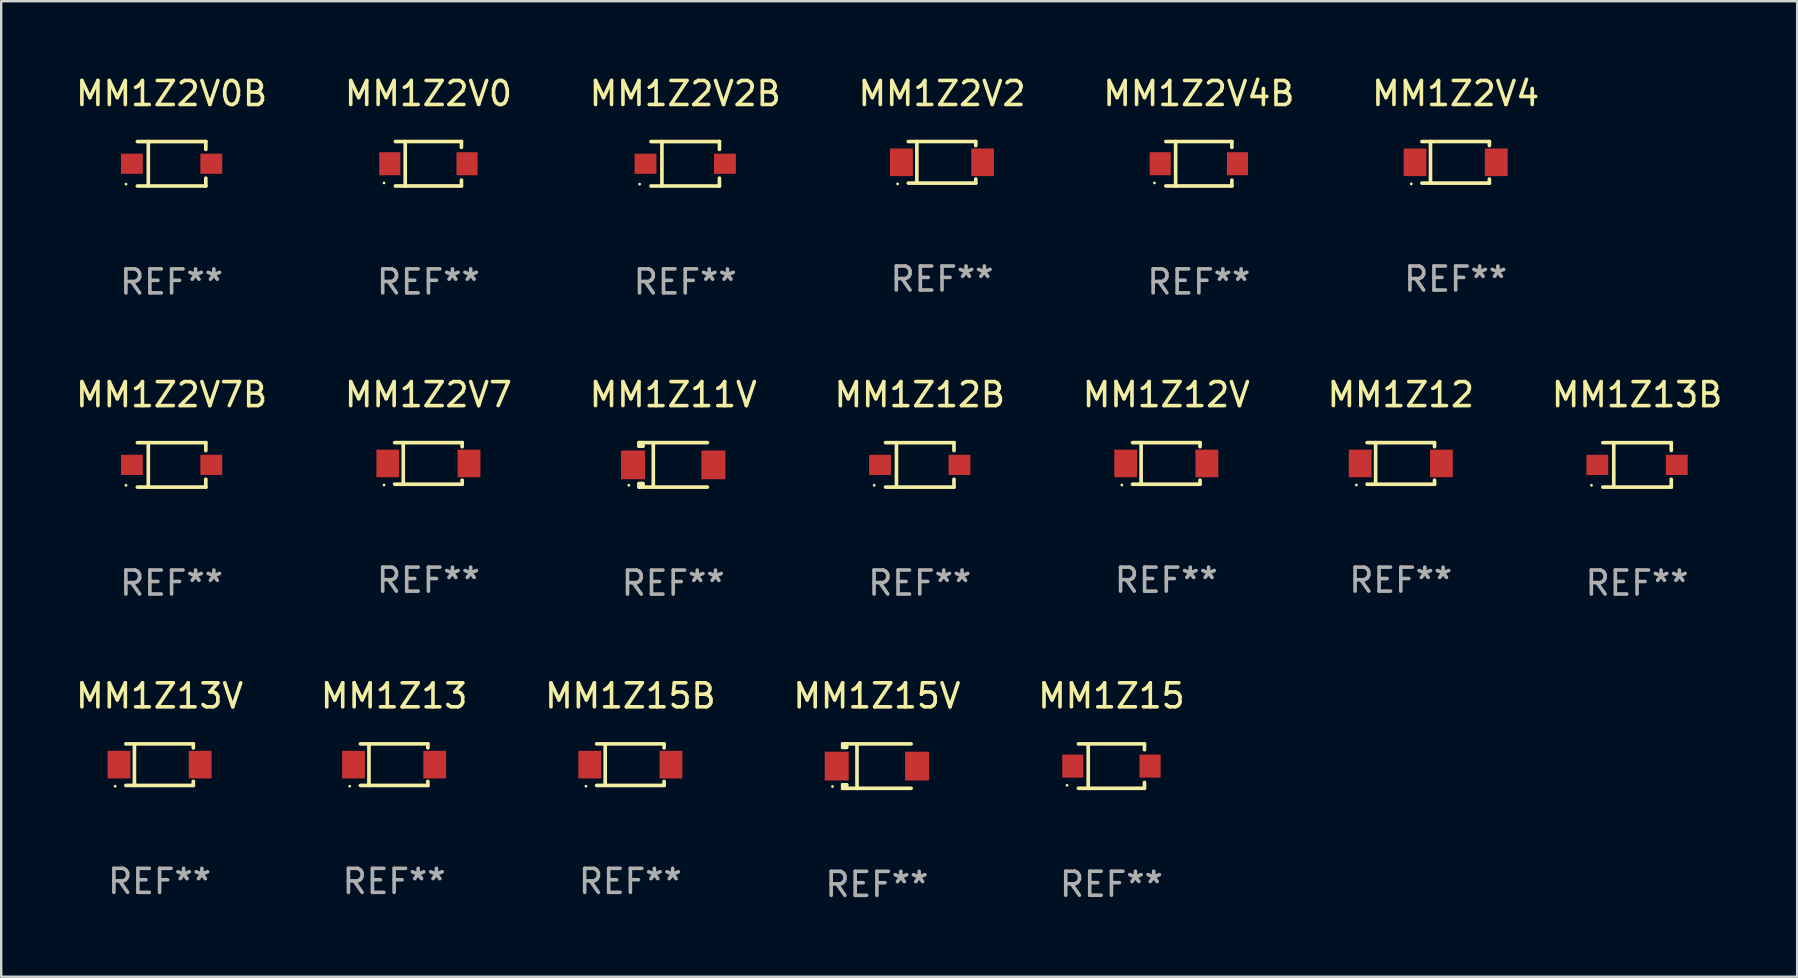
<source format=kicad_pcb>
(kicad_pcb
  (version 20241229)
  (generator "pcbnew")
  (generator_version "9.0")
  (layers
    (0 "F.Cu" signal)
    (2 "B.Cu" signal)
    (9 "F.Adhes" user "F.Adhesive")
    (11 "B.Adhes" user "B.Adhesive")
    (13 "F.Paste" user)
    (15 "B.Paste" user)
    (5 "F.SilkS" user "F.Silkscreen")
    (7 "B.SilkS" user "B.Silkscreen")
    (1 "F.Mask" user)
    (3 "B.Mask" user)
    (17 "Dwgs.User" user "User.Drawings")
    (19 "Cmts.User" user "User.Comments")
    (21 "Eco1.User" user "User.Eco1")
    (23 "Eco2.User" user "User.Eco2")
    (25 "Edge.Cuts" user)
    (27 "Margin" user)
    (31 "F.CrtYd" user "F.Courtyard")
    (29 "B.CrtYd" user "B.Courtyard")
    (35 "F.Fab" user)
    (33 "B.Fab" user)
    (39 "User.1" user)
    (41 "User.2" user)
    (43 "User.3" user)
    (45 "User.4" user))
  (footprint "MM1Z15V"
    (layer "F.Cu")
    (at 33.494 28.878)
    (property "Reference" "MM1Z15V" (at 0 -2.928 0) (layer "F.SilkS") (effects (font (size 1 1) (thickness 0.15))))
    (attr through_hole)
    (fp_line (start -1.426 -0.928) (end -1.426 -0.782) (stroke (width 0.152) (type solid)) (layer "F.SilkS"))
    (fp_line (start -1.426 -0.928) (end 1.426 -0.928) (stroke (width 0.152) (type solid)) (layer "F.SilkS"))
    (fp_line (start -1.426 -0.782) (end -1.264 -0.782) (stroke (width 0.152) (type solid)) (layer "F.SilkS"))
    (fp_line (start -1.426 0.778) (end -1.426 0.924) (stroke (width 0.152) (type solid)) (layer "F.SilkS"))
    (fp_line (start -1.426 0.778) (end -1.264 0.778) (stroke (width 0.152) (type solid)) (layer "F.SilkS"))
    (fp_line (start -1.426 0.924) (end 1.426 0.924) (stroke (width 0.152) (type solid)) (layer "F.SilkS"))
    (fp_line (start -1.34 -0.782) (end -1.34 -0.928) (stroke (width 0.152) (type solid)) (layer "F.SilkS"))
    (fp_line (start -1.34 0.924) (end -1.34 0.778) (stroke (width 0.152) (type solid)) (layer "F.SilkS"))
    (fp_line (start -1.264 -0.928) (end -1.264 -0.782) (stroke (width 0.152) (type solid)) (layer "F.SilkS"))
    (fp_line (start -1.264 0.778) (end -1.264 0.924) (stroke (width 0.152) (type solid)) (layer "F.SilkS"))
    (fp_line (start -0.83 0.928) (end -0.83 -0.924) (stroke (width 0.152) (type solid)) (layer "F.SilkS"))
    (fp_circle (center -1.85 0.848) (end -1.82 0.848) (stroke (width 0.06) (type solid)) (fill no) (layer "F.SilkS"))
    (fp_text user "REF**" (at 0 4.928 0) (layer "F.Fab") (effects (font (size 1 1) (thickness 0.15))))
    (pad "1" smd rect (at -1.675 -0.002) (size 1 1.2) (layers "F.Cu" "F.Mask" "F.Paste"))
    (pad "2" smd rect (at 1.675 -0.002) (size 1 1.2) (layers "F.Cu" "F.Mask" "F.Paste")))
  (footprint "MM1Z2V2"
    (layer "F.Cu")
    (at 36.208 3.714)
    (property "Reference" "MM1Z2V2" (at 0 -2.866 0) (layer "F.SilkS") (effects (font (size 1 1) (thickness 0.15))))
    (attr through_hole)
    (fp_line (start -1.406 -0.866) (end 1.406 -0.866) (stroke (width 0.152) (type solid)) (layer "F.SilkS"))
    (fp_line (start -1.406 0.866) (end 1.406 0.866) (stroke (width 0.152) (type solid)) (layer "F.SilkS"))
    (fp_line (start -1.049 -0.866) (end -1.049 0.866) (stroke (width 0.152) (type solid)) (layer "F.SilkS"))
    (fp_line (start 1.406 -0.866) (end 1.406 -0.698) (stroke (width 0.152) (type solid)) (layer "F.SilkS"))
    (fp_line (start 1.406 0.866) (end 1.406 0.698) (stroke (width 0.152) (type solid)) (layer "F.SilkS"))
    (fp_circle (center -1.851 0.9) (end -1.821 0.9) (stroke (width 0.06) (type solid)) (fill no) (layer "F.SilkS"))
    (fp_text user "REF**" (at 0 4.866 0) (layer "F.Fab") (effects (font (size 1 1) (thickness 0.15))))
    (pad "1" smd rect (at -1.692 0) (size 0.95 1.15) (layers "F.Cu" "F.Mask" "F.Paste"))
    (pad "2" smd rect (at 1.692 0) (size 0.95 1.15) (layers "F.Cu" "F.Mask" "F.Paste")))
  (footprint "MM1Z13B"
    (layer "F.Cu")
    (at 65.173 16.324)
    (property "Reference" "MM1Z13B" (at 0 -2.926 0) (layer "F.SilkS") (effects (font (size 1 1) (thickness 0.15))))
    (attr through_hole)
    (fp_line (start -1.426 0.926) (end 1.426 0.926) (stroke (width 0.152) (type solid)) (layer "F.SilkS"))
    (fp_line (start -1.426 -0.926) (end 1.426 -0.926) (stroke (width 0.152) (type solid)) (layer "F.SilkS"))
    (fp_line (start -0.971 0.926) (end -0.971 -0.926) (stroke (width 0.152) (type solid)) (layer "F.SilkS"))
    (fp_line (start 1.426 -0.926) (end 1.426 -0.6) (stroke (width 0.152) (type solid)) (layer "F.SilkS"))
    (fp_line (start 1.426 0.6) (end 1.426 0.926) (stroke (width 0.152) (type solid)) (layer "F.SilkS"))
    (fp_circle (center -1.9 0.85) (end -1.87 0.85) (stroke (width 0.06) (type solid)) (fill no) (layer "F.SilkS"))
    (fp_text user "REF**" (at 0 4.926 0) (layer "F.Fab") (effects (font (size 1 1) (thickness 0.15))))
    (pad "1" smd rect (at -1.655 -0.000064) (size 0.91 0.84) (layers "F.Cu" "F.Mask" "F.Paste"))
    (pad "2" smd rect (at 1.655 -0.000064) (size 0.91 0.84) (layers "F.Cu" "F.Mask" "F.Paste")))
  (footprint "MM1Z2V4B"
    (layer "F.Cu")
    (at 46.911 3.774)
    (property "Reference" "MM1Z2V4B" (at 0 -2.926 0) (layer "F.SilkS") (effects (font (size 1 1) (thickness 0.15))))
    (attr through_hole)
    (fp_line (start -1.376 -0.926) (end 1.376 -0.926) (stroke (width 0.152) (type solid)) (layer "F.SilkS"))
    (fp_line (start -1.376 0.926) (end 1.376 0.926) (stroke (width 0.152) (type solid)) (layer "F.SilkS"))
    (fp_line (start -0.967 -0.926) (end -0.967 0.926) (stroke (width 0.152) (type solid)) (layer "F.SilkS"))
    (fp_line (start 1.376 -0.926) (end 1.376 -0.683) (stroke (width 0.152) (type solid)) (layer "F.SilkS"))
    (fp_line (start 1.376 0.926) (end 1.376 0.683) (stroke (width 0.152) (type solid)) (layer "F.SilkS"))
    (fp_circle (center -1.85 0.8) (end -1.82 0.8) (stroke (width 0.06) (type solid)) (fill no) (layer "F.SilkS"))
    (fp_text user "REF**" (at 0 4.926 0) (layer "F.Fab") (effects (font (size 1 1) (thickness 0.15))))
    (pad "1" smd rect (at -1.61 0) (size 0.88 0.96) (layers "F.Cu" "F.Mask" "F.Paste"))
    (pad "2" smd rect (at 1.61 0) (size 0.88 0.96) (layers "F.Cu" "F.Mask" "F.Paste")))
  (footprint "MM1Z12"
    (layer "F.Cu")
    (at 55.327 16.263)
    (property "Reference" "MM1Z12" (at 0 -2.866 0) (layer "F.SilkS") (effects (font (size 1 1) (thickness 0.15))))
    (attr through_hole)
    (fp_line (start -1.406 -0.866) (end 1.406 -0.866) (stroke (width 0.152) (type solid)) (layer "F.SilkS"))
    (fp_line (start -1.406 0.866) (end 1.406 0.866) (stroke (width 0.152) (type solid)) (layer "F.SilkS"))
    (fp_line (start -1.049 -0.866) (end -1.049 0.866) (stroke (width 0.152) (type solid)) (layer "F.SilkS"))
    (fp_line (start 1.406 -0.866) (end 1.406 -0.698) (stroke (width 0.152) (type solid)) (layer "F.SilkS"))
    (fp_line (start 1.406 0.866) (end 1.406 0.698) (stroke (width 0.152) (type solid)) (layer "F.SilkS"))
    (fp_circle (center -1.851 0.9) (end -1.821 0.9) (stroke (width 0.06) (type solid)) (fill no) (layer "F.SilkS"))
    (fp_text user "REF**" (at 0 4.866 0) (layer "F.Fab") (effects (font (size 1 1) (thickness 0.15))))
    (pad "1" smd rect (at -1.692 0) (size 0.95 1.15) (layers "F.Cu" "F.Mask" "F.Paste"))
    (pad "2" smd rect (at 1.692 0) (size 0.95 1.15) (layers "F.Cu" "F.Mask" "F.Paste")))
  (footprint "MM1Z13"
    (layer "F.Cu")
    (at 13.375 28.816)
    (property "Reference" "MM1Z13" (at 0 -2.866 0) (layer "F.SilkS") (effects (font (size 1 1) (thickness 0.15))))
    (attr through_hole)
    (fp_line (start -1.406 -0.866) (end 1.406 -0.866) (stroke (width 0.152) (type solid)) (layer "F.SilkS"))
    (fp_line (start -1.406 0.866) (end 1.406 0.866) (stroke (width 0.152) (type solid)) (layer "F.SilkS"))
    (fp_line (start -1.049 -0.866) (end -1.049 0.866) (stroke (width 0.152) (type solid)) (layer "F.SilkS"))
    (fp_line (start 1.406 -0.866) (end 1.406 -0.698) (stroke (width 0.152) (type solid)) (layer "F.SilkS"))
    (fp_line (start 1.406 0.866) (end 1.406 0.698) (stroke (width 0.152) (type solid)) (layer "F.SilkS"))
    (fp_circle (center -1.851 0.9) (end -1.821 0.9) (stroke (width 0.06) (type solid)) (fill no) (layer "F.SilkS"))
    (fp_text user "REF**" (at 0 4.866 0) (layer "F.Fab") (effects (font (size 1 1) (thickness 0.15))))
    (pad "1" smd rect (at -1.692 0) (size 0.95 1.15) (layers "F.Cu" "F.Mask" "F.Paste"))
    (pad "2" smd rect (at 1.692 0) (size 0.95 1.15) (layers "F.Cu" "F.Mask" "F.Paste")))
  (footprint "MM1Z2V0"
    (layer "F.Cu")
    (at 14.804 3.774)
    (property "Reference" "MM1Z2V0" (at 0 -2.926 0) (layer "F.SilkS") (effects (font (size 1 1) (thickness 0.15))))
    (attr through_hole)
    (fp_line (start -1.376 -0.926) (end 1.376 -0.926) (stroke (width 0.152) (type solid)) (layer "F.SilkS"))
    (fp_line (start -1.376 0.926) (end 1.376 0.926) (stroke (width 0.152) (type solid)) (layer "F.SilkS"))
    (fp_line (start -0.967 -0.926) (end -0.967 0.926) (stroke (width 0.152) (type solid)) (layer "F.SilkS"))
    (fp_line (start 1.376 -0.926) (end 1.376 -0.683) (stroke (width 0.152) (type solid)) (layer "F.SilkS"))
    (fp_line (start 1.376 0.926) (end 1.376 0.683) (stroke (width 0.152) (type solid)) (layer "F.SilkS"))
    (fp_circle (center -1.85 0.8) (end -1.82 0.8) (stroke (width 0.06) (type solid)) (fill no) (layer "F.SilkS"))
    (fp_text user "REF**" (at 0 4.926 0) (layer "F.Fab") (effects (font (size 1 1) (thickness 0.15))))
    (pad "1" smd rect (at -1.61 0) (size 0.88 0.96) (layers "F.Cu" "F.Mask" "F.Paste"))
    (pad "2" smd rect (at 1.61 0) (size 0.88 0.96) (layers "F.Cu" "F.Mask" "F.Paste")))
  (footprint "MM1Z2V0B"
    (layer "F.Cu")
    (at 4.101 3.775)
    (property "Reference" "MM1Z2V0B" (at 0 -2.926 0) (layer "F.SilkS") (effects (font (size 1 1) (thickness 0.15))))
    (attr through_hole)
    (fp_line (start -1.426 0.926) (end 1.426 0.926) (stroke (width 0.152) (type solid)) (layer "F.SilkS"))
    (fp_line (start -1.426 -0.926) (end 1.426 -0.926) (stroke (width 0.152) (type solid)) (layer "F.SilkS"))
    (fp_line (start -0.971 0.926) (end -0.971 -0.926) (stroke (width 0.152) (type solid)) (layer "F.SilkS"))
    (fp_line (start 1.426 -0.926) (end 1.426 -0.6) (stroke (width 0.152) (type solid)) (layer "F.SilkS"))
    (fp_line (start 1.426 0.6) (end 1.426 0.926) (stroke (width 0.152) (type solid)) (layer "F.SilkS"))
    (fp_circle (center -1.9 0.85) (end -1.87 0.85) (stroke (width 0.06) (type solid)) (fill no) (layer "F.SilkS"))
    (fp_text user "REF**" (at 0 4.926 0) (layer "F.Fab") (effects (font (size 1 1) (thickness 0.15))))
    (pad "1" smd rect (at -1.655 -0.000064) (size 0.91 0.84) (layers "F.Cu" "F.Mask" "F.Paste"))
    (pad "2" smd rect (at 1.655 -0.000064) (size 0.91 0.84) (layers "F.Cu" "F.Mask" "F.Paste")))
  (footprint "MM1Z12B"
    (layer "F.Cu")
    (at 35.28 16.324)
    (property "Reference" "MM1Z12B" (at 0 -2.926 0) (layer "F.SilkS") (effects (font (size 1 1) (thickness 0.15))))
    (attr through_hole)
    (fp_line (start -1.426 0.926) (end 1.426 0.926) (stroke (width 0.152) (type solid)) (layer "F.SilkS"))
    (fp_line (start -1.426 -0.926) (end 1.426 -0.926) (stroke (width 0.152) (type solid)) (layer "F.SilkS"))
    (fp_line (start -0.971 0.926) (end -0.971 -0.926) (stroke (width 0.152) (type solid)) (layer "F.SilkS"))
    (fp_line (start 1.426 -0.926) (end 1.426 -0.6) (stroke (width 0.152) (type solid)) (layer "F.SilkS"))
    (fp_line (start 1.426 0.6) (end 1.426 0.926) (stroke (width 0.152) (type solid)) (layer "F.SilkS"))
    (fp_circle (center -1.9 0.85) (end -1.87 0.85) (stroke (width 0.06) (type solid)) (fill no) (layer "F.SilkS"))
    (fp_text user "REF**" (at 0 4.926 0) (layer "F.Fab") (effects (font (size 1 1) (thickness 0.15))))
    (pad "1" smd rect (at -1.655 -0.000064) (size 0.91 0.84) (layers "F.Cu" "F.Mask" "F.Paste"))
    (pad "2" smd rect (at 1.655 -0.000064) (size 0.91 0.84) (layers "F.Cu" "F.Mask" "F.Paste")))
  (footprint "MM1Z13V"
    (layer "F.Cu")
    (at 3.601 28.816)
    (property "Reference" "MM1Z13V" (at 0 -2.866 0) (layer "F.SilkS") (effects (font (size 1 1) (thickness 0.15))))
    (attr through_hole)
    (fp_line (start -1.406 -0.866) (end 1.406 -0.866) (stroke (width 0.152) (type solid)) (layer "F.SilkS"))
    (fp_line (start -1.406 0.866) (end 1.406 0.866) (stroke (width 0.152) (type solid)) (layer "F.SilkS"))
    (fp_line (start -1.049 -0.866) (end -1.049 0.866) (stroke (width 0.152) (type solid)) (layer "F.SilkS"))
    (fp_line (start 1.406 -0.866) (end 1.406 -0.698) (stroke (width 0.152) (type solid)) (layer "F.SilkS"))
    (fp_line (start 1.406 0.866) (end 1.406 0.698) (stroke (width 0.152) (type solid)) (layer "F.SilkS"))
    (fp_circle (center -1.851 0.9) (end -1.821 0.9) (stroke (width 0.06) (type solid)) (fill no) (layer "F.SilkS"))
    (fp_text user "REF**" (at 0 4.866 0) (layer "F.Fab") (effects (font (size 1 1) (thickness 0.15))))
    (pad "1" smd rect (at -1.692 0) (size 0.95 1.15) (layers "F.Cu" "F.Mask" "F.Paste"))
    (pad "2" smd rect (at 1.692 0) (size 0.95 1.15) (layers "F.Cu" "F.Mask" "F.Paste")))
  (footprint "MM1Z2V4"
    (layer "F.Cu")
    (at 57.613 3.714)
    (property "Reference" "MM1Z2V4" (at 0 -2.866 0) (layer "F.SilkS") (effects (font (size 1 1) (thickness 0.15))))
    (attr through_hole)
    (fp_line (start -1.406 -0.866) (end 1.406 -0.866) (stroke (width 0.152) (type solid)) (layer "F.SilkS"))
    (fp_line (start -1.406 0.866) (end 1.406 0.866) (stroke (width 0.152) (type solid)) (layer "F.SilkS"))
    (fp_line (start -1.049 -0.866) (end -1.049 0.866) (stroke (width 0.152) (type solid)) (layer "F.SilkS"))
    (fp_line (start 1.406 -0.866) (end 1.406 -0.698) (stroke (width 0.152) (type solid)) (layer "F.SilkS"))
    (fp_line (start 1.406 0.866) (end 1.406 0.698) (stroke (width 0.152) (type solid)) (layer "F.SilkS"))
    (fp_circle (center -1.851 0.9) (end -1.821 0.9) (stroke (width 0.06) (type solid)) (fill no) (layer "F.SilkS"))
    (fp_text user "REF**" (at 0 4.866 0) (layer "F.Fab") (effects (font (size 1 1) (thickness 0.15))))
    (pad "1" smd rect (at -1.692 0) (size 0.95 1.15) (layers "F.Cu" "F.Mask" "F.Paste"))
    (pad "2" smd rect (at 1.692 0) (size 0.95 1.15) (layers "F.Cu" "F.Mask" "F.Paste")))
  (footprint "MM1Z15B"
    (layer "F.Cu")
    (at 23.22 28.816)
    (property "Reference" "MM1Z15B" (at 0 -2.866 0) (layer "F.SilkS") (effects (font (size 1 1) (thickness 0.15))))
    (attr through_hole)
    (fp_line (start -1.406 -0.866) (end 1.406 -0.866) (stroke (width 0.152) (type solid)) (layer "F.SilkS"))
    (fp_line (start -1.406 0.866) (end 1.406 0.866) (stroke (width 0.152) (type solid)) (layer "F.SilkS"))
    (fp_line (start -1.049 -0.866) (end -1.049 0.866) (stroke (width 0.152) (type solid)) (layer "F.SilkS"))
    (fp_line (start 1.406 -0.866) (end 1.406 -0.698) (stroke (width 0.152) (type solid)) (layer "F.SilkS"))
    (fp_line (start 1.406 0.866) (end 1.406 0.698) (stroke (width 0.152) (type solid)) (layer "F.SilkS"))
    (fp_circle (center -1.851 0.9) (end -1.821 0.9) (stroke (width 0.06) (type solid)) (fill no) (layer "F.SilkS"))
    (fp_text user "REF**" (at 0 4.866 0) (layer "F.Fab") (effects (font (size 1 1) (thickness 0.15))))
    (pad "1" smd rect (at -1.692 0) (size 0.95 1.15) (layers "F.Cu" "F.Mask" "F.Paste"))
    (pad "2" smd rect (at 1.692 0) (size 0.95 1.15) (layers "F.Cu" "F.Mask" "F.Paste")))
  (footprint "MM1Z12V"
    (layer "F.Cu")
    (at 45.554 16.263)
    (property "Reference" "MM1Z12V" (at 0 -2.866 0) (layer "F.SilkS") (effects (font (size 1 1) (thickness 0.15))))
    (attr through_hole)
    (fp_line (start -1.406 -0.866) (end 1.406 -0.866) (stroke (width 0.152) (type solid)) (layer "F.SilkS"))
    (fp_line (start -1.406 0.866) (end 1.406 0.866) (stroke (width 0.152) (type solid)) (layer "F.SilkS"))
    (fp_line (start -1.049 -0.866) (end -1.049 0.866) (stroke (width 0.152) (type solid)) (layer "F.SilkS"))
    (fp_line (start 1.406 -0.866) (end 1.406 -0.698) (stroke (width 0.152) (type solid)) (layer "F.SilkS"))
    (fp_line (start 1.406 0.866) (end 1.406 0.698) (stroke (width 0.152) (type solid)) (layer "F.SilkS"))
    (fp_circle (center -1.851 0.9) (end -1.821 0.9) (stroke (width 0.06) (type solid)) (fill no) (layer "F.SilkS"))
    (fp_text user "REF**" (at 0 4.866 0) (layer "F.Fab") (effects (font (size 1 1) (thickness 0.15))))
    (pad "1" smd rect (at -1.692 0) (size 0.95 1.15) (layers "F.Cu" "F.Mask" "F.Paste"))
    (pad "2" smd rect (at 1.692 0) (size 0.95 1.15) (layers "F.Cu" "F.Mask" "F.Paste")))
  (footprint "MM1Z11V"
    (layer "F.Cu")
    (at 25.006 16.325)
    (property "Reference" "MM1Z11V" (at 0 -2.928 0) (layer "F.SilkS") (effects (font (size 1 1) (thickness 0.15))))
    (attr through_hole)
    (fp_line (start -1.426 -0.928) (end -1.426 -0.782) (stroke (width 0.152) (type solid)) (layer "F.SilkS"))
    (fp_line (start -1.426 -0.928) (end 1.426 -0.928) (stroke (width 0.152) (type solid)) (layer "F.SilkS"))
    (fp_line (start -1.426 -0.782) (end -1.264 -0.782) (stroke (width 0.152) (type solid)) (layer "F.SilkS"))
    (fp_line (start -1.426 0.778) (end -1.426 0.924) (stroke (width 0.152) (type solid)) (layer "F.SilkS"))
    (fp_line (start -1.426 0.778) (end -1.264 0.778) (stroke (width 0.152) (type solid)) (layer "F.SilkS"))
    (fp_line (start -1.426 0.924) (end 1.426 0.924) (stroke (width 0.152) (type solid)) (layer "F.SilkS"))
    (fp_line (start -1.34 -0.782) (end -1.34 -0.928) (stroke (width 0.152) (type solid)) (layer "F.SilkS"))
    (fp_line (start -1.34 0.924) (end -1.34 0.778) (stroke (width 0.152) (type solid)) (layer "F.SilkS"))
    (fp_line (start -1.264 -0.928) (end -1.264 -0.782) (stroke (width 0.152) (type solid)) (layer "F.SilkS"))
    (fp_line (start -1.264 0.778) (end -1.264 0.924) (stroke (width 0.152) (type solid)) (layer "F.SilkS"))
    (fp_line (start -0.83 0.928) (end -0.83 -0.924) (stroke (width 0.152) (type solid)) (layer "F.SilkS"))
    (fp_circle (center -1.85 0.848) (end -1.82 0.848) (stroke (width 0.06) (type solid)) (fill no) (layer "F.SilkS"))
    (fp_text user "REF**" (at 0 4.928 0) (layer "F.Fab") (effects (font (size 1 1) (thickness 0.15))))
    (pad "1" smd rect (at -1.675 -0.002) (size 1 1.2) (layers "F.Cu" "F.Mask" "F.Paste"))
    (pad "2" smd rect (at 1.675 -0.002) (size 1 1.2) (layers "F.Cu" "F.Mask" "F.Paste")))
  (footprint "MM1Z2V7B"
    (layer "F.Cu")
    (at 4.101 16.324)
    (property "Reference" "MM1Z2V7B" (at 0 -2.926 0) (layer "F.SilkS") (effects (font (size 1 1) (thickness 0.15))))
    (attr through_hole)
    (fp_line (start -1.426 0.926) (end 1.426 0.926) (stroke (width 0.152) (type solid)) (layer "F.SilkS"))
    (fp_line (start -1.426 -0.926) (end 1.426 -0.926) (stroke (width 0.152) (type solid)) (layer "F.SilkS"))
    (fp_line (start -0.971 0.926) (end -0.971 -0.926) (stroke (width 0.152) (type solid)) (layer "F.SilkS"))
    (fp_line (start 1.426 -0.926) (end 1.426 -0.6) (stroke (width 0.152) (type solid)) (layer "F.SilkS"))
    (fp_line (start 1.426 0.6) (end 1.426 0.926) (stroke (width 0.152) (type solid)) (layer "F.SilkS"))
    (fp_circle (center -1.9 0.85) (end -1.87 0.85) (stroke (width 0.06) (type solid)) (fill no) (layer "F.SilkS"))
    (fp_text user "REF**" (at 0 4.926 0) (layer "F.Fab") (effects (font (size 1 1) (thickness 0.15))))
    (pad "1" smd rect (at -1.655 -0.000064) (size 0.91 0.84) (layers "F.Cu" "F.Mask" "F.Paste"))
    (pad "2" smd rect (at 1.655 -0.000064) (size 0.91 0.84) (layers "F.Cu" "F.Mask" "F.Paste")))
  (footprint "MM1Z2V2B"
    (layer "F.Cu")
    (at 25.506 3.775)
    (property "Reference" "MM1Z2V2B" (at 0 -2.926 0) (layer "F.SilkS") (effects (font (size 1 1) (thickness 0.15))))
    (attr through_hole)
    (fp_line (start -1.426 0.926) (end 1.426 0.926) (stroke (width 0.152) (type solid)) (layer "F.SilkS"))
    (fp_line (start -1.426 -0.926) (end 1.426 -0.926) (stroke (width 0.152) (type solid)) (layer "F.SilkS"))
    (fp_line (start -0.971 0.926) (end -0.971 -0.926) (stroke (width 0.152) (type solid)) (layer "F.SilkS"))
    (fp_line (start 1.426 -0.926) (end 1.426 -0.6) (stroke (width 0.152) (type solid)) (layer "F.SilkS"))
    (fp_line (start 1.426 0.6) (end 1.426 0.926) (stroke (width 0.152) (type solid)) (layer "F.SilkS"))
    (fp_circle (center -1.9 0.85) (end -1.87 0.85) (stroke (width 0.06) (type solid)) (fill no) (layer "F.SilkS"))
    (fp_text user "REF**" (at 0 4.926 0) (layer "F.Fab") (effects (font (size 1 1) (thickness 0.15))))
    (pad "1" smd rect (at -1.655 -0.000064) (size 0.91 0.84) (layers "F.Cu" "F.Mask" "F.Paste"))
    (pad "2" smd rect (at 1.655 -0.000064) (size 0.91 0.84) (layers "F.Cu" "F.Mask" "F.Paste")))
  (footprint "MM1Z2V7"
    (layer "F.Cu")
    (at 14.804 16.263)
    (property "Reference" "MM1Z2V7" (at 0 -2.866 0) (layer "F.SilkS") (effects (font (size 1 1) (thickness 0.15))))
    (attr through_hole)
    (fp_line (start -1.406 -0.866) (end 1.406 -0.866) (stroke (width 0.152) (type solid)) (layer "F.SilkS"))
    (fp_line (start -1.406 0.866) (end 1.406 0.866) (stroke (width 0.152) (type solid)) (layer "F.SilkS"))
    (fp_line (start -1.049 -0.866) (end -1.049 0.866) (stroke (width 0.152) (type solid)) (layer "F.SilkS"))
    (fp_line (start 1.406 -0.866) (end 1.406 -0.698) (stroke (width 0.152) (type solid)) (layer "F.SilkS"))
    (fp_line (start 1.406 0.866) (end 1.406 0.698) (stroke (width 0.152) (type solid)) (layer "F.SilkS"))
    (fp_circle (center -1.851 0.9) (end -1.821 0.9) (stroke (width 0.06) (type solid)) (fill no) (layer "F.SilkS"))
    (fp_text user "REF**" (at 0 4.866 0) (layer "F.Fab") (effects (font (size 1 1) (thickness 0.15))))
    (pad "1" smd rect (at -1.692 0) (size 0.95 1.15) (layers "F.Cu" "F.Mask" "F.Paste"))
    (pad "2" smd rect (at 1.692 0) (size 0.95 1.15) (layers "F.Cu" "F.Mask" "F.Paste")))
  (footprint "MM1Z15"
    (layer "F.Cu")
    (at 43.268 28.876)
    (property "Reference" "MM1Z15" (at 0 -2.926 0) (layer "F.SilkS") (effects (font (size 1 1) (thickness 0.15))))
    (attr through_hole)
    (fp_line (start -1.376 -0.926) (end 1.376 -0.926) (stroke (width 0.152) (type solid)) (layer "F.SilkS"))
    (fp_line (start -1.376 0.926) (end 1.376 0.926) (stroke (width 0.152) (type solid)) (layer "F.SilkS"))
    (fp_line (start -0.967 -0.926) (end -0.967 0.926) (stroke (width 0.152) (type solid)) (layer "F.SilkS"))
    (fp_line (start 1.376 -0.926) (end 1.376 -0.683) (stroke (width 0.152) (type solid)) (layer "F.SilkS"))
    (fp_line (start 1.376 0.926) (end 1.376 0.683) (stroke (width 0.152) (type solid)) (layer "F.SilkS"))
    (fp_circle (center -1.85 0.8) (end -1.82 0.8) (stroke (width 0.06) (type solid)) (fill no) (layer "F.SilkS"))
    (fp_text user "REF**" (at 0 4.926 0) (layer "F.Fab") (effects (font (size 1 1) (thickness 0.15))))
    (pad "1" smd rect (at -1.61 0) (size 0.88 0.96) (layers "F.Cu" "F.Mask" "F.Paste"))
    (pad "2" smd rect (at 1.61 0) (size 0.88 0.96) (layers "F.Cu" "F.Mask" "F.Paste")))
  (gr_rect
    (start -3 -3)
    (end 71.845 37.654)
    (stroke (width 0.1) (type default))
    (fill no)
    (layer "Edge.Cuts")))
</source>
